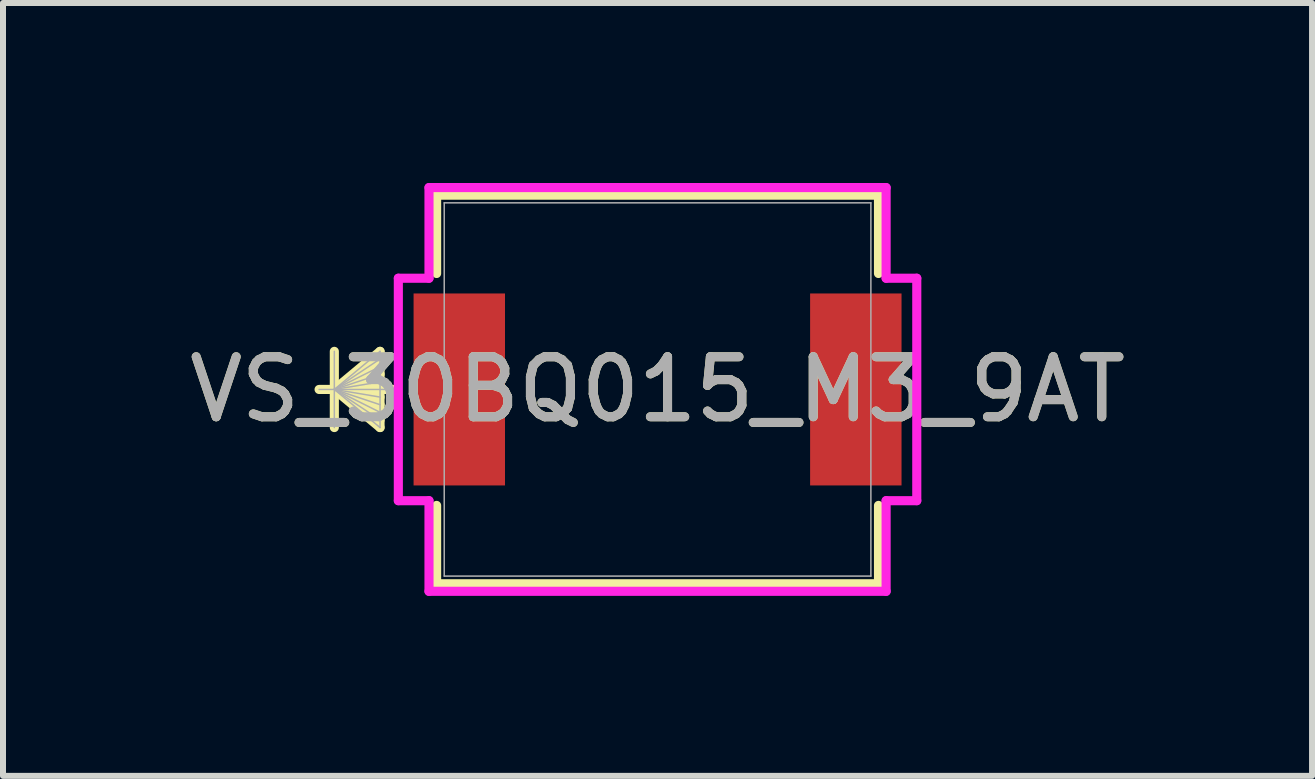
<source format=kicad_pcb>
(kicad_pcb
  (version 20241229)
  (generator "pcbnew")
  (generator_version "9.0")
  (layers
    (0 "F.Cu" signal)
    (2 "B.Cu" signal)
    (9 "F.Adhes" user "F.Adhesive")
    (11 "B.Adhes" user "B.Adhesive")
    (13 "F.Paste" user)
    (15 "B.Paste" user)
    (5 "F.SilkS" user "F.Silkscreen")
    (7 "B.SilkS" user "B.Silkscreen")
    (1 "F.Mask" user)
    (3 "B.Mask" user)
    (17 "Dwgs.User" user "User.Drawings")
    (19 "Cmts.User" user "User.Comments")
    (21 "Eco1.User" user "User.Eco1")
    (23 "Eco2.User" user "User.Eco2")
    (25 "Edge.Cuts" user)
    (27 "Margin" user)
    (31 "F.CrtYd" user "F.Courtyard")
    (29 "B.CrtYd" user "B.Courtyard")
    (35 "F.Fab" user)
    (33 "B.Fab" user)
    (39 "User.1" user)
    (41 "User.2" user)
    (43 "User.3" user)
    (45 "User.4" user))
  (footprint "VS_30BQ015_M3_9AT"
    (layer "F.Cu")
    (at 7.911 3.442)
    (property "Reference" "VS_30BQ015_M3_9AT" (at 0 0 0) (unlocked yes) (layer "F.SilkS") (effects (font (size 1 1) (thickness 0.15))))
    (attr smd)
    (fp_line (start -5.388 -0.635) (end -5.388 0.635) (stroke (width 0.152) (type solid)) (layer "F.SilkS"))
    (fp_line (start -5.388 0) (end -4.626 -0.635) (stroke (width 0.152) (type solid)) (layer "F.SilkS"))
    (fp_line (start -5.388 0) (end -4.626 -0.508) (stroke (width 0.152) (type solid)) (layer "F.SilkS"))
    (fp_line (start -5.388 0) (end -4.626 -0.381) (stroke (width 0.152) (type solid)) (layer "F.SilkS"))
    (fp_line (start -5.388 0) (end -4.626 -0.254) (stroke (width 0.152) (type solid)) (layer "F.SilkS"))
    (fp_line (start -5.388 0) (end -4.626 -0.127) (stroke (width 0.152) (type solid)) (layer "F.SilkS"))
    (fp_line (start -5.388 0) (end -4.626 0.127) (stroke (width 0.152) (type solid)) (layer "F.SilkS"))
    (fp_line (start -5.388 0) (end -4.626 0.254) (stroke (width 0.152) (type solid)) (layer "F.SilkS"))
    (fp_line (start -5.388 0) (end -4.626 0.381) (stroke (width 0.152) (type solid)) (layer "F.SilkS"))
    (fp_line (start -5.388 0) (end -4.626 0.508) (stroke (width 0.152) (type solid)) (layer "F.SilkS"))
    (fp_line (start -5.388 0) (end -4.626 0.635) (stroke (width 0.152) (type solid)) (layer "F.SilkS"))
    (fp_line (start -4.626 -0.635) (end -4.626 0.635) (stroke (width 0.152) (type solid)) (layer "F.SilkS"))
    (fp_line (start -4.4 0) (end -5.642 0) (stroke (width 0.152) (type solid)) (layer "F.SilkS"))
    (fp_line (start -3.683 -3.239) (end -3.683 -1.933) (stroke (width 0.152) (type solid)) (layer "F.SilkS"))
    (fp_line (start -3.683 1.933) (end -3.683 3.239) (stroke (width 0.152) (type solid)) (layer "F.SilkS"))
    (fp_line (start -3.683 3.239) (end 3.683 3.239) (stroke (width 0.152) (type solid)) (layer "F.SilkS"))
    (fp_line (start 3.683 -3.239) (end -3.683 -3.239) (stroke (width 0.152) (type solid)) (layer "F.SilkS"))
    (fp_line (start 3.683 -1.933) (end 3.683 -3.239) (stroke (width 0.152) (type solid)) (layer "F.SilkS"))
    (fp_line (start 3.683 3.239) (end 3.683 1.933) (stroke (width 0.152) (type solid)) (layer "F.SilkS"))
    (fp_line (start -4.321 -1.854) (end -3.81 -1.854) (stroke (width 0.152) (type solid)) (layer "F.CrtYd"))
    (fp_line (start -4.321 1.854) (end -4.321 -1.854) (stroke (width 0.152) (type solid)) (layer "F.CrtYd"))
    (fp_line (start -3.81 -3.365) (end 3.81 -3.365) (stroke (width 0.152) (type solid)) (layer "F.CrtYd"))
    (fp_line (start -3.81 -1.854) (end -3.81 -3.365) (stroke (width 0.152) (type solid)) (layer "F.CrtYd"))
    (fp_line (start -3.81 1.854) (end -4.321 1.854) (stroke (width 0.152) (type solid)) (layer "F.CrtYd"))
    (fp_line (start -3.81 3.365) (end -3.81 1.854) (stroke (width 0.152) (type solid)) (layer "F.CrtYd"))
    (fp_line (start 3.81 -3.365) (end 3.81 -1.854) (stroke (width 0.152) (type solid)) (layer "F.CrtYd"))
    (fp_line (start 3.81 -1.854) (end 4.321 -1.854) (stroke (width 0.152) (type solid)) (layer "F.CrtYd"))
    (fp_line (start 3.81 1.854) (end 3.81 3.365) (stroke (width 0.152) (type solid)) (layer "F.CrtYd"))
    (fp_line (start 3.81 3.365) (end -3.81 3.365) (stroke (width 0.152) (type solid)) (layer "F.CrtYd"))
    (fp_line (start 4.321 -1.854) (end 4.321 1.854) (stroke (width 0.152) (type solid)) (layer "F.CrtYd"))
    (fp_line (start 4.321 1.854) (end 3.81 1.854) (stroke (width 0.152) (type solid)) (layer "F.CrtYd"))
    (fp_line (start -5.388 -0.635) (end -5.388 0.635) (stroke (width 0.025) (type solid)) (layer "F.Fab"))
    (fp_line (start -5.388 0) (end -4.626 -0.635) (stroke (width 0.025) (type solid)) (layer "F.Fab"))
    (fp_line (start -5.388 0) (end -4.626 -0.508) (stroke (width 0.025) (type solid)) (layer "F.Fab"))
    (fp_line (start -5.388 0) (end -4.626 -0.381) (stroke (width 0.025) (type solid)) (layer "F.Fab"))
    (fp_line (start -5.388 0) (end -4.626 -0.254) (stroke (width 0.025) (type solid)) (layer "F.Fab"))
    (fp_line (start -5.388 0) (end -4.626 -0.127) (stroke (width 0.025) (type solid)) (layer "F.Fab"))
    (fp_line (start -5.388 0) (end -4.626 0.127) (stroke (width 0.025) (type solid)) (layer "F.Fab"))
    (fp_line (start -5.388 0) (end -4.626 0.254) (stroke (width 0.025) (type solid)) (layer "F.Fab"))
    (fp_line (start -5.388 0) (end -4.626 0.381) (stroke (width 0.025) (type solid)) (layer "F.Fab"))
    (fp_line (start -5.388 0) (end -4.626 0.508) (stroke (width 0.025) (type solid)) (layer "F.Fab"))
    (fp_line (start -5.388 0) (end -4.626 0.635) (stroke (width 0.025) (type solid)) (layer "F.Fab"))
    (fp_line (start -4.626 -0.635) (end -4.626 0.635) (stroke (width 0.025) (type solid)) (layer "F.Fab"))
    (fp_line (start -4.372 0) (end -5.642 0) (stroke (width 0.025) (type solid)) (layer "F.Fab"))
    (fp_line (start -3.556 -3.111) (end -3.556 3.111) (stroke (width 0.025) (type solid)) (layer "F.Fab"))
    (fp_line (start -3.556 3.111) (end 3.556 3.111) (stroke (width 0.025) (type solid)) (layer "F.Fab"))
    (fp_line (start 3.556 -3.111) (end -3.556 -3.111) (stroke (width 0.025) (type solid)) (layer "F.Fab"))
    (fp_line (start 3.556 3.111) (end 3.556 -3.111) (stroke (width 0.025) (type solid)) (layer "F.Fab"))
    (fp_text user "${REFERENCE}" (at 0 0 0) (unlocked yes) (layer "F.Fab") (effects (font (size 1 1) (thickness 0.15))))
    (pad "1" smd rect (at -3.305 0) (size 1.524 3.2) (layers "F.Cu" "F.Mask" "F.Paste"))
    (pad "2" smd rect (at 3.305 0) (size 1.524 3.2) (layers "F.Cu" "F.Mask" "F.Paste"))
    (zone (net_name "") (layer "F.Cu") (hatch full 0.508) (connect_pads) (min_thickness 0.254) (filled_areas_thickness no) (keepout (tracks not_allowed) (vias not_allowed) (pads allowed) (copperpour not_allowed) (footprints allowed)) (placement (enabled no)) (fill) (polygon (pts (xy 4.406 0.381) (xy 11.416 0.381) (xy 11.416 1.791) (xy 4.406 1.791))))
    (zone (net_name "") (layer "F.Cu") (hatch full 0.508) (connect_pads) (min_thickness 0.254) (filled_areas_thickness no) (keepout (tracks not_allowed) (vias not_allowed) (pads allowed) (copperpour not_allowed) (footprints allowed)) (placement (enabled no)) (fill) (polygon (pts (xy 4.406 5.093) (xy 11.416 5.093) (xy 11.416 6.502) (xy 4.406 6.502))))
    (zone (net_name "") (layer "F.Cu") (hatch full 0.508) (connect_pads) (min_thickness 0.254) (filled_areas_thickness no) (keepout (tracks not_allowed) (vias not_allowed) (pads allowed) (copperpour not_allowed) (footprints allowed)) (placement (enabled no)) (fill) (polygon (pts (xy 5.165 1.791) (xy 10.657 1.791) (xy 10.657 5.093) (xy 5.165 5.093)))))
  (gr_rect
    (start -3 -3)
    (end 18.821 9.883)
    (stroke (width 0.1) (type default))
    (fill no)
    (layer "Edge.Cuts")))
</source>
